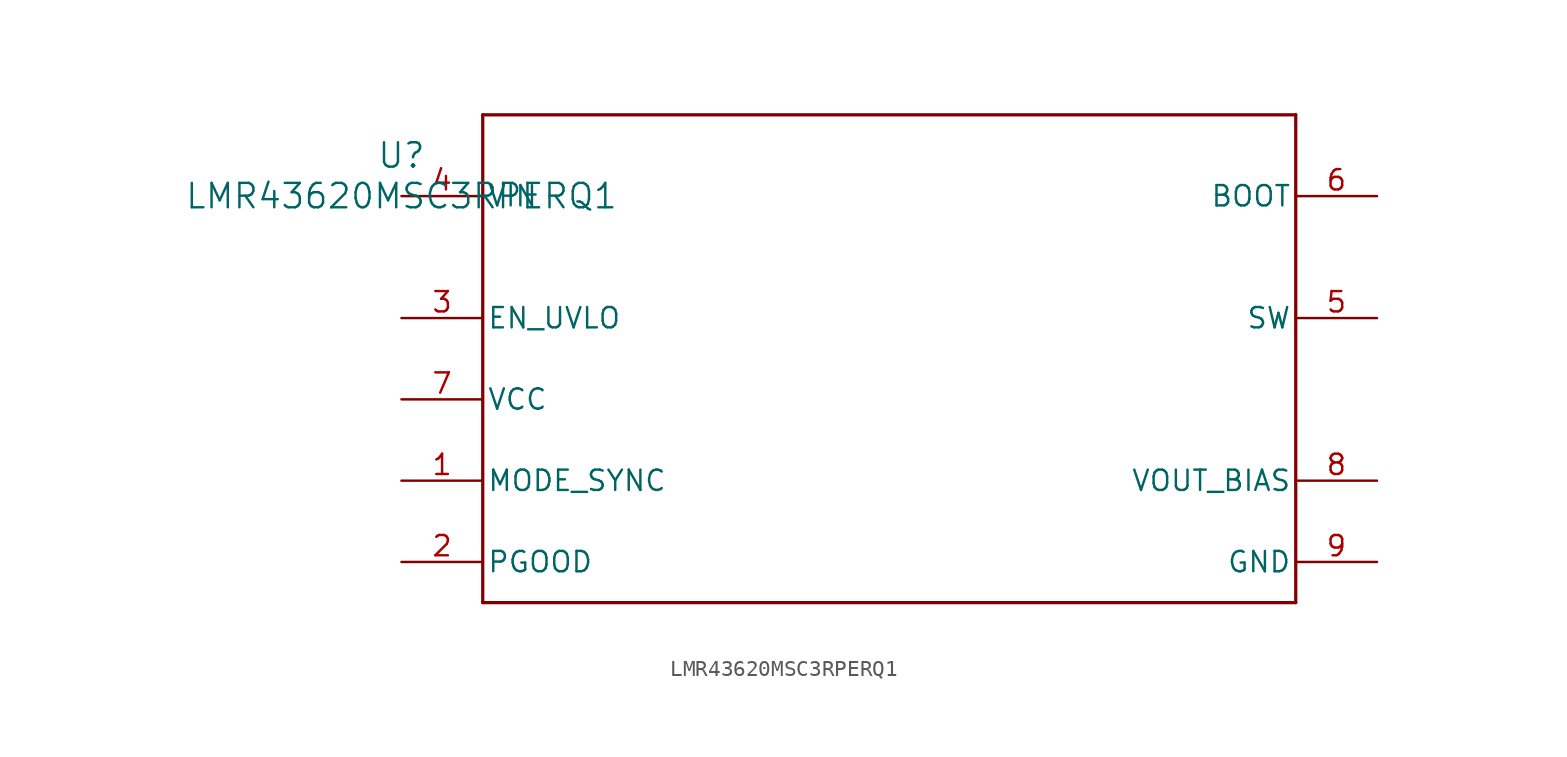
<source format=kicad_sym>
(kicad_symbol_lib
  (version 20211014)
  (generator kicad_symbol_editor)
  (symbol "LMR43620MSC3RPERQ1"
    (pin_names
      (offset 0.254))
    (property "Reference" "U"
      (at 0 2.54 0)
      (effects (font (size 1.524 1.524))))
    (property "Value" "LMR43620MSC3RPERQ1"
      (at 0 0 0)
      (effects (font (size 1.524 1.524))))
    (symbol "LMR43620MSC3RPERQ1_0_1"
      (polyline (pts (xy 5.08 -25.4) (xy 55.88 -25.4)) (stroke (width 0.203) (type default) (color 0 0 0 0)) (fill (type none)))
      (polyline (pts (xy 55.88 -25.4) (xy 55.88 5.08)) (stroke (width 0.203) (type default) (color 0 0 0 0)) (fill (type none)))
      (polyline (pts (xy 55.88 5.08) (xy 5.08 5.08)) (stroke (width 0.203) (type default) (color 0 0 0 0)) (fill (type none)))
      (polyline (pts (xy 5.08 5.08) (xy 5.08 -25.4)) (stroke (width 0.203) (type default) (color 0 0 0 0)) (fill (type none)))
      (pin input line (at 0 -17.78 0) (length 5.08) (name "MODE_SYNC" (effects (font (size 1.27 1.27)))) (number "1" (effects (font (size 1.27 1.27)))))
      (pin open_collector line (at 0 -22.86 0) (length 5.08) (name "PGOOD" (effects (font (size 1.27 1.27)))) (number "2" (effects (font (size 1.27 1.27)))))
      (pin input line (at 0 -7.62 0) (length 5.08) (name "EN_UVLO" (effects (font (size 1.27 1.27)))) (number "3" (effects (font (size 1.27 1.27)))))
      (pin power_in line (at 0 0 0) (length 5.08) (name "VIN" (effects (font (size 1.27 1.27)))) (number "4" (effects (font (size 1.27 1.27)))))
      (pin unspecified line (at 60.96 -7.62 180) (length 5.08) (name "SW" (effects (font (size 1.27 1.27)))) (number "5" (effects (font (size 1.27 1.27)))))
      (pin unspecified line (at 60.96 0 180) (length 5.08) (name "BOOT" (effects (font (size 1.27 1.27)))) (number "6" (effects (font (size 1.27 1.27)))))
      (pin unspecified line (at 0 -12.7 0) (length 5.08) (name "VCC" (effects (font (size 1.27 1.27)))) (number "7" (effects (font (size 1.27 1.27)))))
      (pin power_in line (at 60.96 -17.78 180) (length 5.08) (name "VOUT_BIAS" (effects (font (size 1.27 1.27)))) (number "8" (effects (font (size 1.27 1.27)))))
      (pin power_in line (at 60.96 -22.86 180) (length 5.08) (name "GND" (effects (font (size 1.27 1.27)))) (number "9" (effects (font (size 1.27 1.27))))))))
</source>
